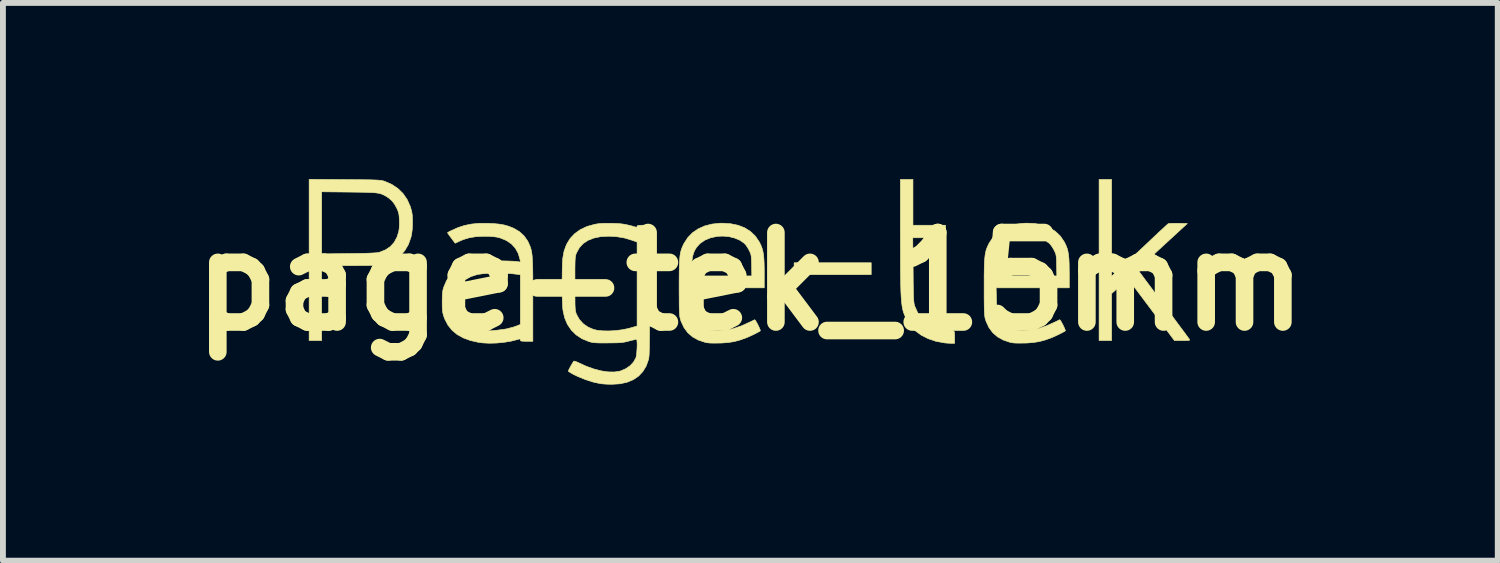
<source format=kicad_pcb>
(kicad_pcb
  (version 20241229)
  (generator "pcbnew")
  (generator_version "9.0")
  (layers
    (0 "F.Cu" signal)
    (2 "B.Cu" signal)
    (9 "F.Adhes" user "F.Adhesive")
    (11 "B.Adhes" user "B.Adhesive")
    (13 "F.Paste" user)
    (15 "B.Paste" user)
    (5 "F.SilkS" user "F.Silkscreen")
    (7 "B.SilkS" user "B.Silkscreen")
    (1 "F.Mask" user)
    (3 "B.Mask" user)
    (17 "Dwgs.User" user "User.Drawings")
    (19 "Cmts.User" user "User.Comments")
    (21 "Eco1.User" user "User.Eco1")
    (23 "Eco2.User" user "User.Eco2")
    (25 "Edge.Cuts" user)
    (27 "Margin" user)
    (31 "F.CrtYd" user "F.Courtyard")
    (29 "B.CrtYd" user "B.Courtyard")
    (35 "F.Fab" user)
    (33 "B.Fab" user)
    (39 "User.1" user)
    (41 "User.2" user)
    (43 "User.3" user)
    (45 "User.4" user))
  (footprint "page-tek_15mm"
    (layer "F.Cu")
    (at 9.732 1.746)
    (property "Reference" "page-tek_15mm" (at 0 0 0) (layer "F.SilkS") (effects (font (size 1.524 1.524) (thickness 0.3))))
    (attr through_hole)
    (fp_poly (pts (xy 2.059 -0.118) (xy 0.746 -0.118) (xy 0.746 -0.32) (xy 2.059 -0.32) (xy 2.059 -0.118)) (stroke (width 0.01) (type solid)) (fill yes) (layer "F.SilkS"))
    (fp_poly (pts (xy 6.154 -0.092) (xy 6.234 -0.163) (xy 6.28 -0.204) (xy 6.332 -0.252) (xy 6.393 -0.307) (xy 6.463 -0.373) (xy 6.545 -0.45) (xy 6.64 -0.539) (xy 6.75 -0.642) (xy 6.828 -0.716) (xy 6.896 -0.78) (xy 6.958 -0.839) (xy 7.014 -0.89) (xy 7.06 -0.933) (xy 7.094 -0.964) (xy 7.115 -0.982) (xy 7.12 -0.986) (xy 7.137 -0.989) (xy 7.173 -0.991) (xy 7.223 -0.992) (xy 7.281 -0.992) (xy 7.29 -0.992) (xy 7.444 -0.988) (xy 6.595 -0.207) (xy 6.621 -0.172) (xy 6.633 -0.156) (xy 6.658 -0.123) (xy 6.694 -0.074) (xy 6.74 -0.012) (xy 6.795 0.061) (xy 6.857 0.145) (xy 6.925 0.237) (xy 6.998 0.335) (xy 7.062 0.42) (xy 7.137 0.521) (xy 7.208 0.617) (xy 7.274 0.706) (xy 7.333 0.786) (xy 7.385 0.855) (xy 7.427 0.912) (xy 7.458 0.955) (xy 7.478 0.982) (xy 7.484 0.991) (xy 7.483 0.998) (xy 7.468 1.002) (xy 7.437 1.005) (xy 7.385 1.006) (xy 7.359 1.006) (xy 7.225 1.006) (xy 6.436 -0.046) (xy 6.154 0.205) (xy 6.154 1.006) (xy 5.941 1.006) (xy 5.941 -1.74) (xy 6.154 -1.74) (xy 6.154 -0.092)) (stroke (width 0.01) (type solid)) (fill yes) (layer "F.SilkS"))
    (fp_poly (pts (xy 2.77 -0.959) (xy 3.326 -0.959) (xy 3.326 -0.746) (xy 2.767 -0.746) (xy 2.773 -0.198) (xy 2.774 -0.069) (xy 2.775 0.039) (xy 2.777 0.127) (xy 2.778 0.199) (xy 2.78 0.257) (xy 2.782 0.302) (xy 2.785 0.337) (xy 2.788 0.365) (xy 2.792 0.387) (xy 2.797 0.406) (xy 2.802 0.421) (xy 2.849 0.528) (xy 2.914 0.621) (xy 2.996 0.697) (xy 3.094 0.757) (xy 3.207 0.799) (xy 3.254 0.811) (xy 3.305 0.82) (xy 3.355 0.826) (xy 3.391 0.828) (xy 3.431 0.829) (xy 3.457 0.835) (xy 3.471 0.849) (xy 3.478 0.877) (xy 3.48 0.922) (xy 3.48 0.948) (xy 3.48 1.053) (xy 3.412 1.052) (xy 3.367 1.05) (xy 3.326 1.047) (xy 3.308 1.045) (xy 3.161 1.018) (xy 3.028 0.973) (xy 2.91 0.913) (xy 2.809 0.838) (xy 2.726 0.747) (xy 2.665 0.651) (xy 2.647 0.616) (xy 2.632 0.583) (xy 2.618 0.549) (xy 2.606 0.514) (xy 2.596 0.475) (xy 2.587 0.43) (xy 2.58 0.38) (xy 2.574 0.321) (xy 2.569 0.252) (xy 2.565 0.172) (xy 2.562 0.079) (xy 2.56 -0.028) (xy 2.558 -0.152) (xy 2.557 -0.294) (xy 2.557 -0.454) (xy 2.557 -0.636) (xy 2.556 -0.79) (xy 2.556 -1.74) (xy 2.77 -1.74) (xy 2.77 -0.959)) (stroke (width 0.01) (type solid)) (fill yes) (layer "F.SilkS"))
    (fp_poly (pts (xy -6.909 -1.737) (xy -6.773 -1.736) (xy -6.659 -1.735) (xy -6.564 -1.734) (xy -6.487 -1.733) (xy -6.424 -1.731) (xy -6.374 -1.729) (xy -6.336 -1.727) (xy -6.305 -1.724) (xy -6.281 -1.721) (xy -6.262 -1.717) (xy -6.244 -1.712) (xy -6.228 -1.707) (xy -6.107 -1.654) (xy -6.003 -1.584) (xy -5.916 -1.499) (xy -5.846 -1.397) (xy -5.793 -1.279) (xy -5.769 -1.196) (xy -5.759 -1.133) (xy -5.755 -1.056) (xy -5.755 -0.97) (xy -5.76 -0.884) (xy -5.77 -0.805) (xy -5.782 -0.752) (xy -5.825 -0.631) (xy -5.885 -0.529) (xy -5.961 -0.443) (xy -6.053 -0.375) (xy -6.161 -0.323) (xy -6.25 -0.296) (xy -6.277 -0.29) (xy -6.304 -0.285) (xy -6.333 -0.281) (xy -6.368 -0.278) (xy -6.411 -0.276) (xy -6.464 -0.274) (xy -6.531 -0.273) (xy -6.613 -0.273) (xy -6.714 -0.272) (xy -6.826 -0.272) (xy -7.303 -0.272) (xy -7.303 1.006) (xy -7.516 1.006) (xy -7.516 -0.471) (xy -7.303 -0.471) (xy -6.838 -0.477) (xy -6.712 -0.478) (xy -6.608 -0.48) (xy -6.523 -0.482) (xy -6.456 -0.485) (xy -6.403 -0.488) (xy -6.363 -0.491) (xy -6.334 -0.495) (xy -6.314 -0.5) (xy -6.215 -0.54) (xy -6.132 -0.596) (xy -6.067 -0.668) (xy -6.019 -0.757) (xy -5.989 -0.853) (xy -5.982 -0.901) (xy -5.978 -0.965) (xy -5.979 -1.035) (xy -5.979 -1.042) (xy -5.982 -1.103) (xy -5.987 -1.147) (xy -5.996 -1.184) (xy -6.009 -1.22) (xy -6.02 -1.243) (xy -6.06 -1.317) (xy -6.104 -1.374) (xy -6.158 -1.421) (xy -6.184 -1.439) (xy -6.215 -1.458) (xy -6.243 -1.473) (xy -6.271 -1.486) (xy -6.302 -1.497) (xy -6.338 -1.505) (xy -6.383 -1.511) (xy -6.437 -1.515) (xy -6.505 -1.518) (xy -6.587 -1.521) (xy -6.688 -1.522) (xy -6.81 -1.524) (xy -6.838 -1.524) (xy -7.303 -1.529) (xy -7.303 -0.471) (xy -7.516 -0.471) (xy -7.516 -1.741) (xy -6.909 -1.737)) (stroke (width 0.01) (type solid)) (fill yes) (layer "F.SilkS"))
    (fp_poly (pts (xy -0.338 -0.985) (xy -0.21 -0.959) (xy -0.096 -0.915) (xy 0.002 -0.853) (xy 0.084 -0.775) (xy 0.149 -0.68) (xy 0.157 -0.666) (xy 0.181 -0.616) (xy 0.2 -0.567) (xy 0.214 -0.515) (xy 0.224 -0.456) (xy 0.231 -0.387) (xy 0.235 -0.303) (xy 0.237 -0.202) (xy 0.237 -0.154) (xy 0.237 0.107) (xy -1.009 0.107) (xy -1.003 0.323) (xy -1 0.416) (xy -0.995 0.489) (xy -0.987 0.547) (xy -0.976 0.593) (xy -0.961 0.631) (xy -0.94 0.666) (xy -0.913 0.7) (xy -0.909 0.704) (xy -0.844 0.763) (xy -0.768 0.805) (xy -0.678 0.831) (xy -0.571 0.841) (xy -0.545 0.841) (xy -0.422 0.831) (xy -0.289 0.802) (xy -0.149 0.754) (xy -0.012 0.692) (xy 0.028 0.673) (xy 0.058 0.658) (xy 0.075 0.651) (xy 0.076 0.651) (xy 0.086 0.661) (xy 0.101 0.686) (xy 0.121 0.721) (xy 0.14 0.76) (xy 0.157 0.797) (xy 0.168 0.825) (xy 0.17 0.84) (xy 0.17 0.84) (xy 0.152 0.852) (xy 0.118 0.87) (xy 0.074 0.893) (xy 0.024 0.917) (xy -0.024 0.939) (xy -0.065 0.957) (xy -0.071 0.959) (xy -0.175 0.996) (xy -0.272 1.022) (xy -0.37 1.038) (xy -0.48 1.047) (xy -0.527 1.048) (xy -0.614 1.049) (xy -0.682 1.048) (xy -0.734 1.043) (xy -0.769 1.036) (xy -0.886 0.997) (xy -0.985 0.942) (xy -1.066 0.872) (xy -1.13 0.785) (xy -1.179 0.681) (xy -1.191 0.645) (xy -1.196 0.625) (xy -1.201 0.603) (xy -1.204 0.577) (xy -1.207 0.543) (xy -1.209 0.501) (xy -1.211 0.446) (xy -1.212 0.376) (xy -1.212 0.29) (xy -1.213 0.185) (xy -1.213 0.095) (xy -1.213 -0.04) (xy -1.212 -0.095) (xy -1.01 -0.095) (xy 0.025 -0.095) (xy 0.022 -0.275) (xy 0.02 -0.344) (xy 0.018 -0.395) (xy 0.015 -0.432) (xy 0.009 -0.461) (xy 0.001 -0.487) (xy -0.012 -0.514) (xy -0.023 -0.536) (xy -0.049 -0.582) (xy -0.078 -0.624) (xy -0.105 -0.653) (xy -0.177 -0.703) (xy -0.265 -0.74) (xy -0.363 -0.765) (xy -0.467 -0.774) (xy -0.56 -0.77) (xy -0.675 -0.746) (xy -0.773 -0.706) (xy -0.855 -0.65) (xy -0.912 -0.588) (xy -0.944 -0.538) (xy -0.968 -0.484) (xy -0.985 -0.421) (xy -0.996 -0.343) (xy -1.003 -0.248) (xy -1.01 -0.095) (xy -1.212 -0.095) (xy -1.212 -0.154) (xy -1.21 -0.249) (xy -1.207 -0.328) (xy -1.203 -0.394) (xy -1.197 -0.449) (xy -1.189 -0.495) (xy -1.178 -0.536) (xy -1.165 -0.574) (xy -1.149 -0.611) (xy -1.13 -0.65) (xy -1.129 -0.651) (xy -1.066 -0.748) (xy -0.986 -0.831) (xy -0.889 -0.897) (xy -0.778 -0.947) (xy -0.654 -0.979) (xy -0.518 -0.993) (xy -0.482 -0.994) (xy -0.338 -0.985)) (stroke (width 0.01) (type solid)) (fill yes) (layer "F.SilkS"))
    (fp_poly (pts (xy 4.857 -0.985) (xy 4.986 -0.959) (xy 5.1 -0.915) (xy 5.198 -0.853) (xy 5.28 -0.775) (xy 5.345 -0.68) (xy 5.353 -0.666) (xy 5.377 -0.616) (xy 5.396 -0.567) (xy 5.41 -0.515) (xy 5.42 -0.456) (xy 5.427 -0.387) (xy 5.431 -0.303) (xy 5.432 -0.202) (xy 5.433 -0.154) (xy 5.433 0.107) (xy 4.187 0.107) (xy 4.193 0.323) (xy 4.196 0.416) (xy 4.201 0.489) (xy 4.208 0.547) (xy 4.219 0.593) (xy 4.235 0.631) (xy 4.256 0.666) (xy 4.283 0.7) (xy 4.287 0.704) (xy 4.351 0.763) (xy 4.428 0.805) (xy 4.518 0.831) (xy 4.624 0.841) (xy 4.651 0.841) (xy 4.774 0.831) (xy 4.907 0.802) (xy 5.046 0.754) (xy 5.184 0.692) (xy 5.224 0.673) (xy 5.254 0.658) (xy 5.27 0.651) (xy 5.272 0.651) (xy 5.281 0.661) (xy 5.297 0.686) (xy 5.316 0.721) (xy 5.336 0.76) (xy 5.352 0.797) (xy 5.364 0.825) (xy 5.366 0.84) (xy 5.366 0.84) (xy 5.348 0.852) (xy 5.314 0.87) (xy 5.269 0.893) (xy 5.22 0.917) (xy 5.172 0.939) (xy 5.131 0.957) (xy 5.125 0.959) (xy 5.021 0.996) (xy 4.924 1.022) (xy 4.825 1.038) (xy 4.716 1.047) (xy 4.669 1.048) (xy 4.581 1.049) (xy 4.514 1.048) (xy 4.462 1.043) (xy 4.426 1.036) (xy 4.31 0.997) (xy 4.211 0.942) (xy 4.13 0.872) (xy 4.065 0.785) (xy 4.017 0.681) (xy 4.005 0.645) (xy 3.999 0.625) (xy 3.995 0.603) (xy 3.991 0.577) (xy 3.989 0.543) (xy 3.986 0.501) (xy 3.985 0.446) (xy 3.984 0.376) (xy 3.983 0.29) (xy 3.983 0.185) (xy 3.983 0.095) (xy 3.983 -0.04) (xy 3.983 -0.095) (xy 4.186 -0.095) (xy 5.221 -0.095) (xy 5.217 -0.275) (xy 5.216 -0.344) (xy 5.214 -0.395) (xy 5.21 -0.432) (xy 5.205 -0.461) (xy 5.196 -0.487) (xy 5.184 -0.514) (xy 5.173 -0.536) (xy 5.147 -0.582) (xy 5.117 -0.624) (xy 5.091 -0.653) (xy 5.019 -0.703) (xy 4.931 -0.74) (xy 4.832 -0.765) (xy 4.729 -0.774) (xy 4.636 -0.77) (xy 4.521 -0.746) (xy 4.423 -0.706) (xy 4.341 -0.65) (xy 4.284 -0.588) (xy 4.251 -0.538) (xy 4.228 -0.484) (xy 4.211 -0.421) (xy 4.2 -0.343) (xy 4.193 -0.248) (xy 4.186 -0.095) (xy 3.983 -0.095) (xy 3.984 -0.154) (xy 3.985 -0.249) (xy 3.988 -0.328) (xy 3.993 -0.394) (xy 3.999 -0.449) (xy 4.007 -0.495) (xy 4.017 -0.536) (xy 4.031 -0.574) (xy 4.047 -0.611) (xy 4.066 -0.65) (xy 4.066 -0.651) (xy 4.13 -0.748) (xy 4.21 -0.831) (xy 4.306 -0.897) (xy 4.417 -0.947) (xy 4.542 -0.979) (xy 4.678 -0.993) (xy 4.714 -0.994) (xy 4.857 -0.985)) (stroke (width 0.01) (type solid)) (fill yes) (layer "F.SilkS"))
    (fp_poly (pts (xy -4.464 -0.991) (xy -4.357 -0.986) (xy -4.268 -0.977) (xy -4.191 -0.963) (xy -4.121 -0.943) (xy -4.052 -0.916) (xy -4.027 -0.905) (xy -3.934 -0.85) (xy -3.855 -0.778) (xy -3.794 -0.692) (xy -3.777 -0.657) (xy -3.763 -0.625) (xy -3.75 -0.595) (xy -3.74 -0.564) (xy -3.731 -0.53) (xy -3.724 -0.492) (xy -3.718 -0.447) (xy -3.714 -0.394) (xy -3.711 -0.33) (xy -3.708 -0.254) (xy -3.706 -0.163) (xy -3.705 -0.056) (xy -3.705 0.07) (xy -3.705 0.216) (xy -3.705 0.315) (xy -3.705 1.018) (xy -3.811 1.018) (xy -3.862 1.017) (xy -3.893 1.015) (xy -3.91 1.011) (xy -3.917 1.003) (xy -3.918 0.995) (xy -3.919 0.982) (xy -3.928 0.978) (xy -3.949 0.983) (xy -3.974 0.99) (xy -4.081 1.017) (xy -4.201 1.036) (xy -4.327 1.048) (xy -4.45 1.051) (xy -4.563 1.045) (xy -4.63 1.036) (xy -4.771 1.004) (xy -4.893 0.959) (xy -4.997 0.901) (xy -5.082 0.829) (xy -5.151 0.743) (xy -5.204 0.642) (xy -5.221 0.598) (xy -5.232 0.561) (xy -5.24 0.527) (xy -5.245 0.49) (xy -5.248 0.444) (xy -5.249 0.383) (xy -5.249 0.343) (xy -5.249 0.342) (xy -5.034 0.342) (xy -5.029 0.421) (xy -5.016 0.496) (xy -5.006 0.533) (xy -4.964 0.615) (xy -4.903 0.685) (xy -4.824 0.742) (xy -4.726 0.786) (xy -4.613 0.816) (xy -4.529 0.828) (xy -4.483 0.832) (xy -4.448 0.836) (xy -4.428 0.838) (xy -4.426 0.838) (xy -4.413 0.838) (xy -4.381 0.835) (xy -4.337 0.831) (xy -4.305 0.828) (xy -4.167 0.809) (xy -4.046 0.779) (xy -3.98 0.756) (xy -3.918 0.731) (xy -3.918 -0.116) (xy -3.974 -0.124) (xy -4.065 -0.134) (xy -4.166 -0.14) (xy -4.272 -0.143) (xy -4.377 -0.142) (xy -4.477 -0.139) (xy -4.564 -0.132) (xy -4.636 -0.122) (xy -4.655 -0.118) (xy -4.764 -0.083) (xy -4.855 -0.032) (xy -4.928 0.033) (xy -4.983 0.112) (xy -5.018 0.204) (xy -5.03 0.267) (xy -5.034 0.342) (xy -5.249 0.342) (xy -5.248 0.271) (xy -5.246 0.218) (xy -5.242 0.176) (xy -5.236 0.14) (xy -5.226 0.105) (xy -5.22 0.089) (xy -5.176 -0.015) (xy -5.116 -0.104) (xy -5.041 -0.178) (xy -4.949 -0.239) (xy -4.839 -0.287) (xy -4.71 -0.323) (xy -4.593 -0.344) (xy -4.553 -0.348) (xy -4.497 -0.35) (xy -4.428 -0.352) (xy -4.351 -0.353) (xy -4.27 -0.352) (xy -4.189 -0.351) (xy -4.112 -0.349) (xy -4.045 -0.346) (xy -3.99 -0.342) (xy -3.953 -0.338) (xy -3.943 -0.336) (xy -3.925 -0.332) (xy -3.918 -0.339) (xy -3.921 -0.362) (xy -3.923 -0.373) (xy -3.953 -0.477) (xy -4.002 -0.566) (xy -4.069 -0.64) (xy -4.153 -0.698) (xy -4.253 -0.74) (xy -4.32 -0.757) (xy -4.363 -0.763) (xy -4.422 -0.768) (xy -4.488 -0.771) (xy -4.545 -0.771) (xy -4.671 -0.765) (xy -4.783 -0.747) (xy -4.888 -0.716) (xy -4.955 -0.687) (xy -5.029 -0.653) (xy -5.095 -0.742) (xy -5.124 -0.78) (xy -5.146 -0.811) (xy -5.157 -0.83) (xy -5.158 -0.834) (xy -5.146 -0.841) (xy -5.12 -0.855) (xy -5.093 -0.868) (xy -4.98 -0.919) (xy -4.869 -0.955) (xy -4.752 -0.979) (xy -4.626 -0.991) (xy -4.484 -0.992) (xy -4.464 -0.991)) (stroke (width 0.01) (type solid)) (fill yes) (layer "F.SilkS"))
    (fp_poly (pts (xy -2.338 -0.991) (xy -2.261 -0.988) (xy -2.199 -0.983) (xy -2.143 -0.975) (xy -2.086 -0.963) (xy -2.02 -0.947) (xy -1.956 -0.928) (xy -1.935 -0.926) (xy -1.929 -0.94) (xy -1.926 -0.949) (xy -1.913 -0.955) (xy -1.887 -0.958) (xy -1.842 -0.959) (xy -1.823 -0.959) (xy -1.716 -0.959) (xy -1.716 0.149) (xy -1.716 0.339) (xy -1.716 0.507) (xy -1.717 0.654) (xy -1.717 0.782) (xy -1.717 0.891) (xy -1.718 0.985) (xy -1.719 1.064) (xy -1.72 1.129) (xy -1.722 1.183) (xy -1.723 1.226) (xy -1.725 1.26) (xy -1.728 1.286) (xy -1.73 1.307) (xy -1.733 1.323) (xy -1.735 1.329) (xy -1.774 1.439) (xy -1.831 1.533) (xy -1.904 1.611) (xy -1.993 1.671) (xy -2.098 1.715) (xy -2.219 1.742) (xy -2.354 1.75) (xy -2.366 1.75) (xy -2.426 1.749) (xy -2.484 1.746) (xy -2.531 1.742) (xy -2.551 1.74) (xy -2.672 1.714) (xy -2.803 1.673) (xy -2.934 1.62) (xy -3.021 1.578) (xy -3.059 1.556) (xy -3.087 1.538) (xy -3.101 1.527) (xy -3.101 1.526) (xy -3.095 1.51) (xy -3.081 1.481) (xy -3.061 1.444) (xy -3.04 1.407) (xy -3.021 1.376) (xy -3.008 1.357) (xy -3.006 1.355) (xy -2.991 1.357) (xy -2.961 1.367) (xy -2.924 1.384) (xy -2.793 1.444) (xy -2.664 1.49) (xy -2.54 1.522) (xy -2.424 1.539) (xy -2.318 1.541) (xy -2.226 1.527) (xy -2.21 1.523) (xy -2.124 1.486) (xy -2.049 1.435) (xy -1.991 1.373) (xy -1.951 1.303) (xy -1.948 1.293) (xy -1.941 1.263) (xy -1.936 1.221) (xy -1.932 1.17) (xy -1.929 1.117) (xy -1.928 1.067) (xy -1.93 1.024) (xy -1.933 0.994) (xy -1.938 0.982) (xy -1.938 0.982) (xy -1.953 0.985) (xy -1.985 0.993) (xy -2.03 1.004) (xy -2.066 1.013) (xy -2.108 1.024) (xy -2.146 1.032) (xy -2.184 1.038) (xy -2.227 1.042) (xy -2.28 1.044) (xy -2.347 1.045) (xy -2.426 1.046) (xy -2.51 1.046) (xy -2.574 1.046) (xy -2.623 1.044) (xy -2.662 1.041) (xy -2.694 1.037) (xy -2.723 1.03) (xy -2.754 1.021) (xy -2.756 1.02) (xy -2.87 0.973) (xy -2.968 0.908) (xy -3.05 0.827) (xy -3.116 0.73) (xy -3.163 0.619) (xy -3.191 0.494) (xy -3.195 0.46) (xy -3.199 0.405) (xy -3.202 0.331) (xy -3.205 0.242) (xy -3.206 0.144) (xy -3.207 0.041) (xy -3.207 -0.032) (xy -2.988 -0.032) (xy -2.988 0.036) (xy -2.988 0.152) (xy -2.988 0.246) (xy -2.987 0.323) (xy -2.987 0.383) (xy -2.985 0.43) (xy -2.983 0.465) (xy -2.98 0.493) (xy -2.976 0.514) (xy -2.971 0.532) (xy -2.965 0.549) (xy -2.961 0.559) (xy -2.914 0.644) (xy -2.849 0.717) (xy -2.766 0.775) (xy -2.673 0.815) (xy -2.603 0.832) (xy -2.515 0.84) (xy -2.415 0.842) (xy -2.309 0.837) (xy -2.202 0.824) (xy -2.189 0.822) (xy -2.13 0.811) (xy -2.067 0.797) (xy -2.013 0.782) (xy -2.009 0.781) (xy -1.929 0.757) (xy -1.929 -0.672) (xy -2.011 -0.702) (xy -2.147 -0.743) (xy -2.288 -0.766) (xy -2.414 -0.772) (xy -2.548 -0.765) (xy -2.665 -0.741) (xy -2.765 -0.702) (xy -2.848 -0.647) (xy -2.913 -0.576) (xy -2.96 -0.49) (xy -2.961 -0.488) (xy -2.968 -0.47) (xy -2.974 -0.453) (xy -2.978 -0.434) (xy -2.982 -0.41) (xy -2.984 -0.379) (xy -2.986 -0.339) (xy -2.987 -0.287) (xy -2.988 -0.22) (xy -2.988 -0.136) (xy -2.988 -0.032) (xy -3.207 -0.032) (xy -3.206 -0.063) (xy -3.205 -0.162) (xy -3.203 -0.253) (xy -3.2 -0.33) (xy -3.196 -0.389) (xy -3.196 -0.393) (xy -3.173 -0.52) (xy -3.131 -0.633) (xy -3.071 -0.732) (xy -2.992 -0.816) (xy -2.896 -0.885) (xy -2.783 -0.938) (xy -2.654 -0.974) (xy -2.604 -0.983) (xy -2.547 -0.989) (xy -2.472 -0.992) (xy -2.386 -0.992) (xy -2.338 -0.991)) (stroke (width 0.01) (type solid)) (fill yes) (layer "F.SilkS")))
  (gr_rect
    (start -3 -3)
    (end 22.464 6.501)
    (stroke (width 0.1) (type default))
    (fill no)
    (layer "Edge.Cuts")))
</source>
